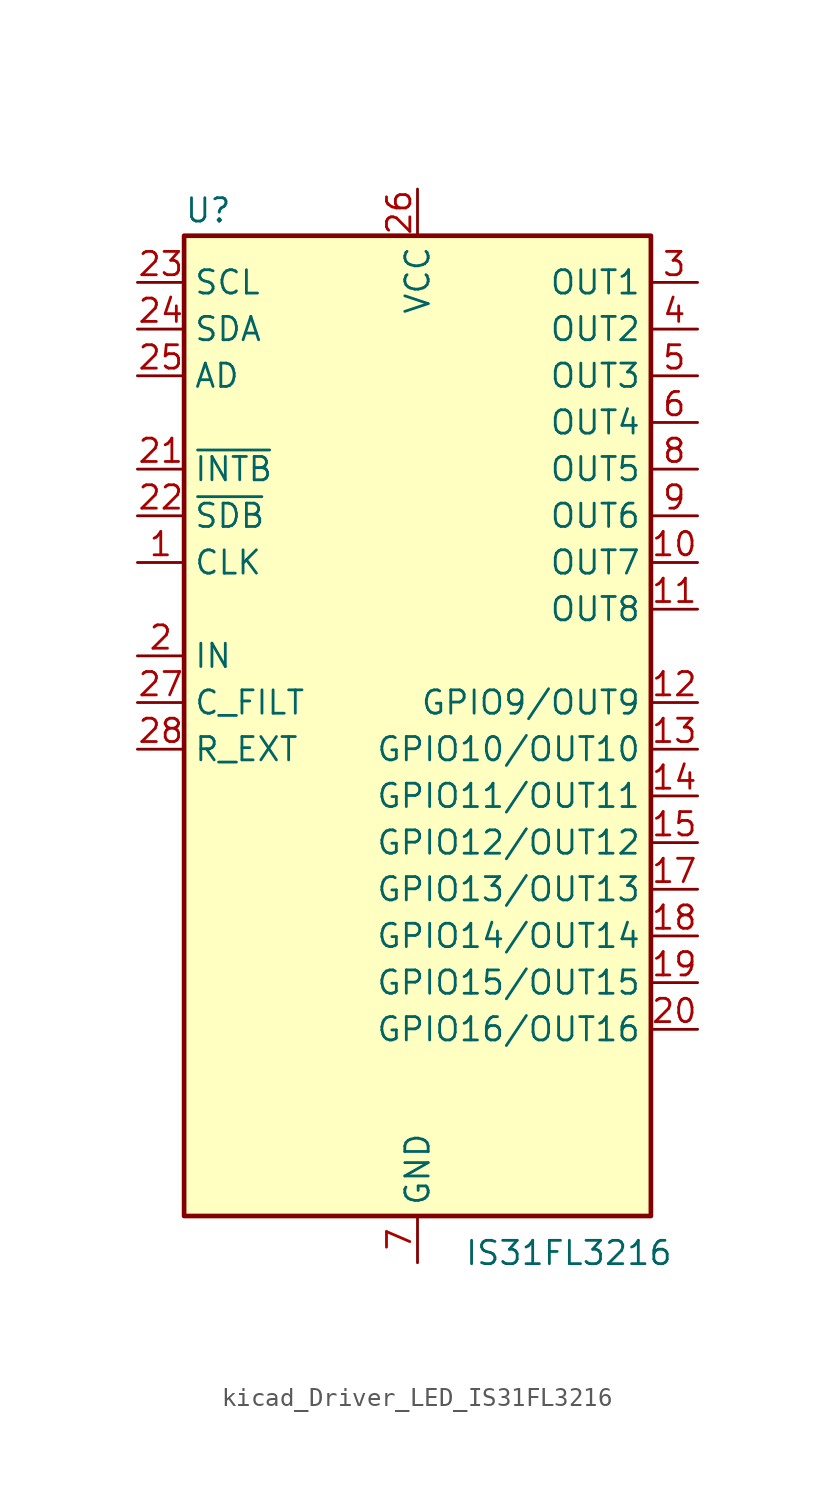
<source format=kicad_sym>
(kicad_symbol_lib
  (version 20220914)
  (generator kicad_symbol_editor)
  (symbol "kicad_Driver_LED_IS31FL3216"
    (property "Reference" "U"
      (at -12.7 23.495 0)
      (effects (font (size 1.27 1.27)) (justify left bottom)))
    (property "Value" "IS31FL3216"
      (at 2.54 -31.75 0)
      (effects (font (size 1.27 1.27)) (justify left top)))
    (symbol "kicad_Driver_LED_IS31FL3216_0_1"
      (rectangle (start -12.7 22.86) (end 12.7 -30.48) (stroke (width 0.254) (type default)) (fill (type background))))
    (symbol "kicad_Driver_LED_IS31FL3216_1_1"
      (pin bidirectional line (at -15.24 5.08 0) (length 2.54) (name "CLK" (effects (font (size 1.27 1.27)))) (number "1" (effects (font (size 1.27 1.27)))))
      (pin open_collector line (at 15.24 5.08 180) (length 2.54) (name "OUT7" (effects (font (size 1.27 1.27)))) (number "10" (effects (font (size 1.27 1.27)))))
      (pin open_collector line (at 15.24 2.54 180) (length 2.54) (name "OUT8" (effects (font (size 1.27 1.27)))) (number "11" (effects (font (size 1.27 1.27)))))
      (pin bidirectional line (at 15.24 -2.54 180) (length 2.54) (name "GPIO9/OUT9" (effects (font (size 1.27 1.27)))) (number "12" (effects (font (size 1.27 1.27)))))
      (pin bidirectional line (at 15.24 -5.08 180) (length 2.54) (name "GPIO10/OUT10" (effects (font (size 1.27 1.27)))) (number "13" (effects (font (size 1.27 1.27)))))
      (pin bidirectional line (at 15.24 -7.62 180) (length 2.54) (name "GPIO11/OUT11" (effects (font (size 1.27 1.27)))) (number "14" (effects (font (size 1.27 1.27)))))
      (pin bidirectional line (at 15.24 -10.16 180) (length 2.54) (name "GPIO12/OUT12" (effects (font (size 1.27 1.27)))) (number "15" (effects (font (size 1.27 1.27)))))
      (pin passive line (at 0 -33.02 90) (length 2.54) hide (name "GND" (effects (font (size 1.27 1.27)))) (number "16" (effects (font (size 1.27 1.27)))))
      (pin bidirectional line (at 15.24 -12.7 180) (length 2.54) (name "GPIO13/OUT13" (effects (font (size 1.27 1.27)))) (number "17" (effects (font (size 1.27 1.27)))))
      (pin bidirectional line (at 15.24 -15.24 180) (length 2.54) (name "GPIO14/OUT14" (effects (font (size 1.27 1.27)))) (number "18" (effects (font (size 1.27 1.27)))))
      (pin bidirectional line (at 15.24 -17.78 180) (length 2.54) (name "GPIO15/OUT15" (effects (font (size 1.27 1.27)))) (number "19" (effects (font (size 1.27 1.27)))))
      (pin input line (at -15.24 0 0) (length 2.54) (name "IN" (effects (font (size 1.27 1.27)))) (number "2" (effects (font (size 1.27 1.27)))))
      (pin bidirectional line (at 15.24 -20.32 180) (length 2.54) (name "GPIO16/OUT16" (effects (font (size 1.27 1.27)))) (number "20" (effects (font (size 1.27 1.27)))))
      (pin output line (at -15.24 10.16 0) (length 2.54) (name "~{INTB}" (effects (font (size 1.27 1.27)))) (number "21" (effects (font (size 1.27 1.27)))))
      (pin input line (at -15.24 7.62 0) (length 2.54) (name "~{SDB}" (effects (font (size 1.27 1.27)))) (number "22" (effects (font (size 1.27 1.27)))))
      (pin input line (at -15.24 20.32 0) (length 2.54) (name "SCL" (effects (font (size 1.27 1.27)))) (number "23" (effects (font (size 1.27 1.27)))))
      (pin bidirectional line (at -15.24 17.78 0) (length 2.54) (name "SDA" (effects (font (size 1.27 1.27)))) (number "24" (effects (font (size 1.27 1.27)))))
      (pin input line (at -15.24 15.24 0) (length 2.54) (name "AD" (effects (font (size 1.27 1.27)))) (number "25" (effects (font (size 1.27 1.27)))))
      (pin power_in line (at 0 25.4 270) (length 2.54) (name "VCC" (effects (font (size 1.27 1.27)))) (number "26" (effects (font (size 1.27 1.27)))))
      (pin passive line (at -15.24 -2.54 0) (length 2.54) (name "C_FILT" (effects (font (size 1.27 1.27)))) (number "27" (effects (font (size 1.27 1.27)))))
      (pin passive line (at -15.24 -5.08 0) (length 2.54) (name "R_EXT" (effects (font (size 1.27 1.27)))) (number "28" (effects (font (size 1.27 1.27)))))
      (pin passive line (at 0 -33.02 90) (length 2.54) hide (name "GND" (effects (font (size 1.27 1.27)))) (number "29" (effects (font (size 1.27 1.27)))))
      (pin open_collector line (at 15.24 20.32 180) (length 2.54) (name "OUT1" (effects (font (size 1.27 1.27)))) (number "3" (effects (font (size 1.27 1.27)))))
      (pin open_collector line (at 15.24 17.78 180) (length 2.54) (name "OUT2" (effects (font (size 1.27 1.27)))) (number "4" (effects (font (size 1.27 1.27)))))
      (pin open_collector line (at 15.24 15.24 180) (length 2.54) (name "OUT3" (effects (font (size 1.27 1.27)))) (number "5" (effects (font (size 1.27 1.27)))))
      (pin open_collector line (at 15.24 12.7 180) (length 2.54) (name "OUT4" (effects (font (size 1.27 1.27)))) (number "6" (effects (font (size 1.27 1.27)))))
      (pin power_in line (at 0 -33.02 90) (length 2.54) (name "GND" (effects (font (size 1.27 1.27)))) (number "7" (effects (font (size 1.27 1.27)))))
      (pin open_collector line (at 15.24 10.16 180) (length 2.54) (name "OUT5" (effects (font (size 1.27 1.27)))) (number "8" (effects (font (size 1.27 1.27)))))
      (pin open_collector line (at 15.24 7.62 180) (length 2.54) (name "OUT6" (effects (font (size 1.27 1.27)))) (number "9" (effects (font (size 1.27 1.27))))))))
</source>
